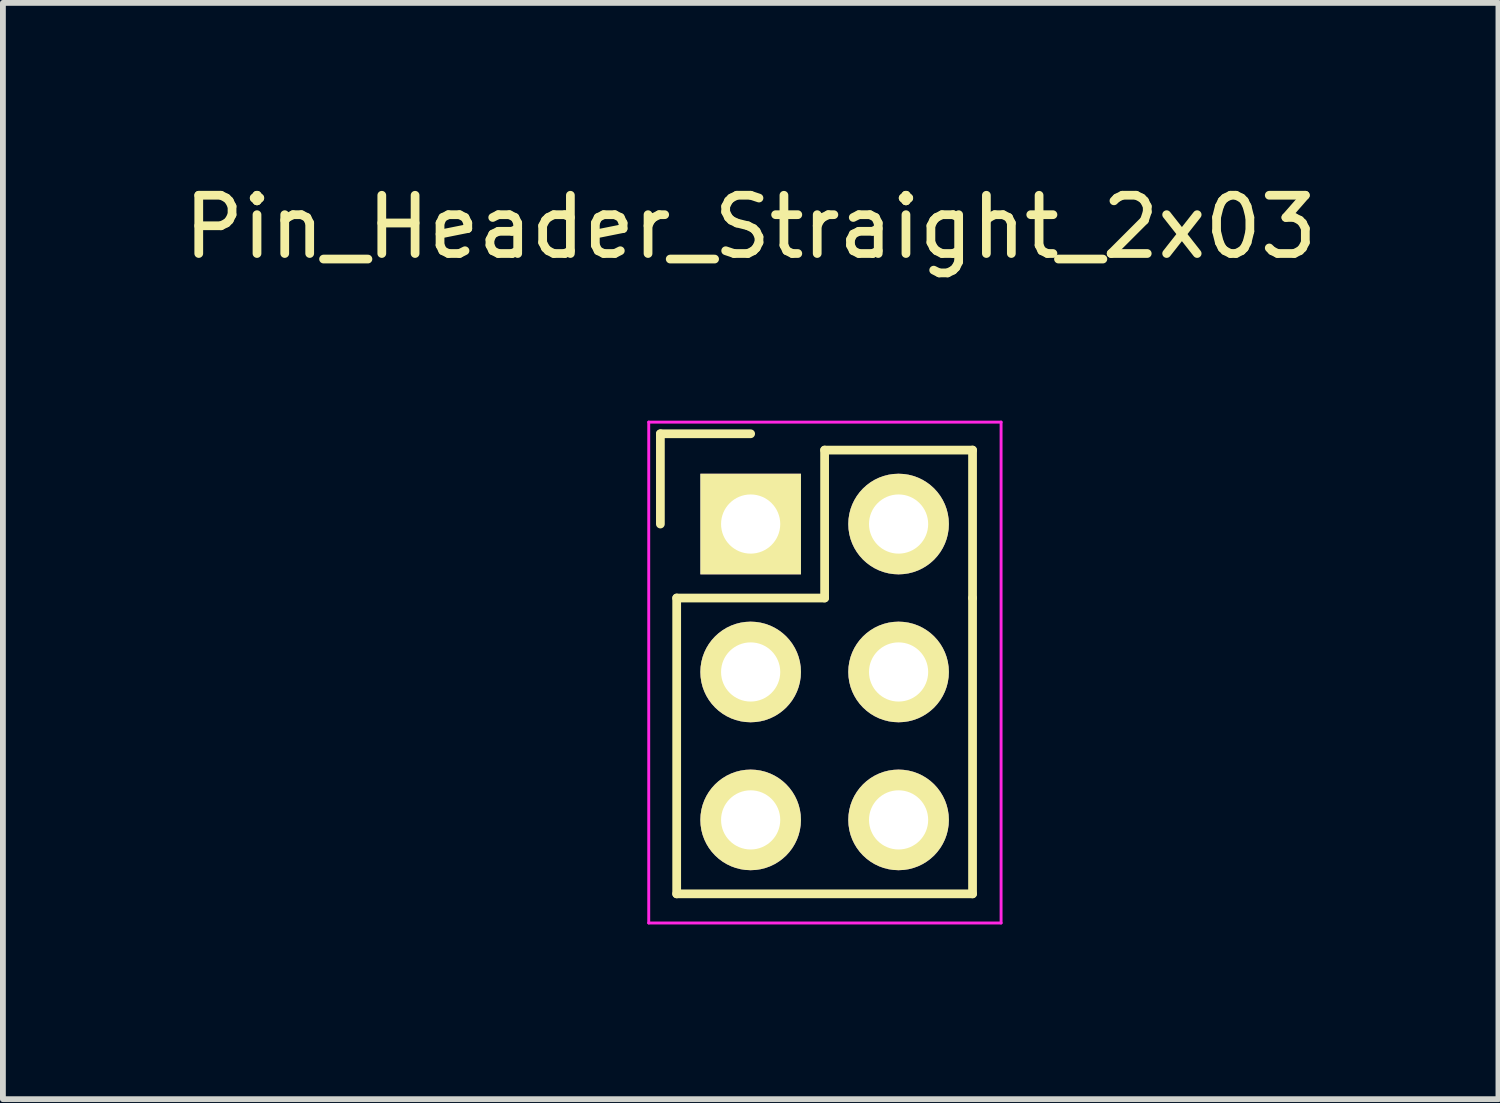
<source format=kicad_pcb>
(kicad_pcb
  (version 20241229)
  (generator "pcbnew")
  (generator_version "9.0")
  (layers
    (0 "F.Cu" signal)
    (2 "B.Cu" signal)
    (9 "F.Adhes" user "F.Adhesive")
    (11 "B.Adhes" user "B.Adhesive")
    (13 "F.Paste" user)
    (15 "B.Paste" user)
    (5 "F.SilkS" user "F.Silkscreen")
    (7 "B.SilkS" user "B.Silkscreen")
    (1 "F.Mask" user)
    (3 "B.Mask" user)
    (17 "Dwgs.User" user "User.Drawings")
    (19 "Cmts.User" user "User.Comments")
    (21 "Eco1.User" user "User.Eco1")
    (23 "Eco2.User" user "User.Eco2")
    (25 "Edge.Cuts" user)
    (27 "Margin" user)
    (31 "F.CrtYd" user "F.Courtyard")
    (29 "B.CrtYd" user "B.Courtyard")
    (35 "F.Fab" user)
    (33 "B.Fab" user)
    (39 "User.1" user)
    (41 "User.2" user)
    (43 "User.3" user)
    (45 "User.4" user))
  (footprint "Pin_Header_Straight_2x03"
    (layer "F.Cu")
    (at 9.839 5.948)
    (property "Reference" "Pin_Header_Straight_2x03" (at 0 -5.1 0) (layer "F.SilkS") (effects (font (size 1 1) (thickness 0.15))))
    (attr through_hole)
    (fp_line (start -1.55 -1.55) (end -1.55 0) (stroke (width 0.15) (type solid)) (layer "F.SilkS"))
    (fp_line (start -1.55 -1.55) (end 0 -1.55) (stroke (width 0.15) (type solid)) (layer "F.SilkS"))
    (fp_line (start -1.27 1.27) (end -1.27 6.35) (stroke (width 0.15) (type solid)) (layer "F.SilkS"))
    (fp_line (start -1.27 6.35) (end 3.81 6.35) (stroke (width 0.15) (type solid)) (layer "F.SilkS"))
    (fp_line (start 1.27 -1.27) (end 1.27 1.27) (stroke (width 0.15) (type solid)) (layer "F.SilkS"))
    (fp_line (start 1.27 1.27) (end -1.27 1.27) (stroke (width 0.15) (type solid)) (layer "F.SilkS"))
    (fp_line (start 3.81 -1.27) (end 1.27 -1.27) (stroke (width 0.15) (type solid)) (layer "F.SilkS"))
    (fp_line (start 3.81 1.27) (end 3.81 -1.27) (stroke (width 0.15) (type solid)) (layer "F.SilkS"))
    (fp_line (start 3.81 6.35) (end 3.81 1.27) (stroke (width 0.15) (type solid)) (layer "F.SilkS"))
    (fp_line (start -1.75 -1.75) (end -1.75 6.85) (stroke (width 0.05) (type solid)) (layer "F.CrtYd"))
    (fp_line (start -1.75 -1.75) (end 4.3 -1.75) (stroke (width 0.05) (type solid)) (layer "F.CrtYd"))
    (fp_line (start -1.75 6.85) (end 4.3 6.85) (stroke (width 0.05) (type solid)) (layer "F.CrtYd"))
    (fp_line (start 4.3 -1.75) (end 4.3 6.85) (stroke (width 0.05) (type solid)) (layer "F.CrtYd"))
    (pad "1" thru_hole rect (at 0 0) (size 1.727 1.727) (drill 1.016) (layers "*.Cu" "*.Mask" "F.SilkS"))
    (pad "2" thru_hole oval (at 2.54 0) (size 1.727 1.727) (drill 1.016) (layers "*.Cu" "*.Mask" "F.SilkS"))
    (pad "3" thru_hole oval (at 0 2.54) (size 1.727 1.727) (drill 1.016) (layers "*.Cu" "*.Mask" "F.SilkS"))
    (pad "4" thru_hole oval (at 2.54 2.54) (size 1.727 1.727) (drill 1.016) (layers "*.Cu" "*.Mask" "F.SilkS"))
    (pad "5" thru_hole oval (at 0 5.08) (size 1.727 1.727) (drill 1.016) (layers "*.Cu" "*.Mask" "F.SilkS"))
    (pad "6" thru_hole oval (at 2.54 5.08) (size 1.727 1.727) (drill 1.016) (layers "*.Cu" "*.Mask" "F.SilkS")))
  (gr_rect
    (start -3 -3)
    (end 22.679 15.823)
    (stroke (width 0.1) (type default))
    (fill no)
    (layer "Edge.Cuts")))
</source>
